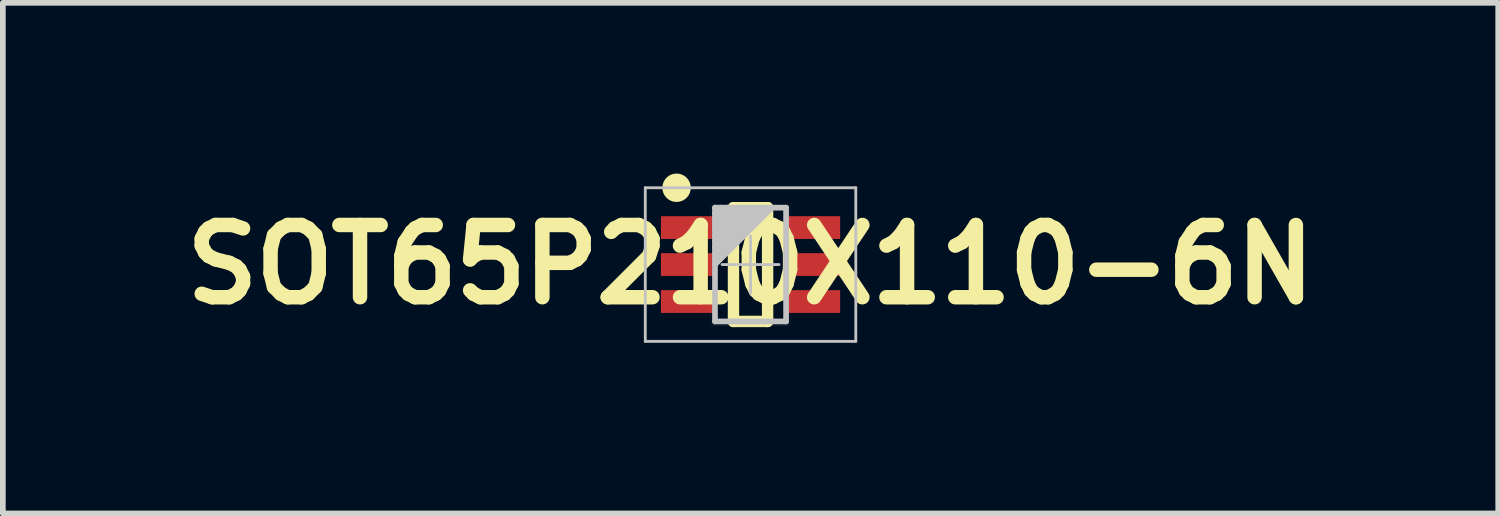
<source format=kicad_pcb>
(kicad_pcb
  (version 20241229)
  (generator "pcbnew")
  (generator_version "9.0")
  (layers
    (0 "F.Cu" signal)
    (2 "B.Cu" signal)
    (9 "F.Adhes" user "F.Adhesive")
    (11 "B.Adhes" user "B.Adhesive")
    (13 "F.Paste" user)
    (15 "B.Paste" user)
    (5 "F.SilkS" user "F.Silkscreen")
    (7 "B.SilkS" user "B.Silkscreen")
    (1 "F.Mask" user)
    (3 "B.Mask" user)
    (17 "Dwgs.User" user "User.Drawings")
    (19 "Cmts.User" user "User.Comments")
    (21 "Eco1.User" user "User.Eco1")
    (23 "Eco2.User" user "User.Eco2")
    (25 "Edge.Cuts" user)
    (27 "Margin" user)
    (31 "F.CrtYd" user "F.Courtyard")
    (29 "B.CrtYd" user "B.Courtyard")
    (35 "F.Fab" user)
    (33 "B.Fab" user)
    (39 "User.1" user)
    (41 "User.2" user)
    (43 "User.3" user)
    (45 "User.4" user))
  (footprint "SOT65P210X110-6N"
    (layer "F.Cu")
    (at 10.142 1.6)
    (property "Reference" "SOT65P210X110-6N" (at 0 0 0) (layer "F.SilkS") (effects (font (size 1.27 1.27) (thickness 0.254))))
    (attr smd)
    (fp_line (start -0.3 -1) (end -0.3 1) (stroke (width 0.2) (type solid)) (layer "F.SilkS"))
    (fp_line (start -0.3 1) (end 0.3 1) (stroke (width 0.2) (type solid)) (layer "F.SilkS"))
    (fp_line (start 0.3 -1) (end -0.3 -1) (stroke (width 0.2) (type solid)) (layer "F.SilkS"))
    (fp_line (start 0.3 1) (end 0.3 -1) (stroke (width 0.2) (type solid)) (layer "F.SilkS"))
    (fp_circle (center -1.3 -1.35) (end -1.3 -1.225) (stroke (width 0.25) (type solid)) (fill no) (layer "F.SilkS"))
    (fp_line (start -1.85 -1.35) (end -1.85 1.35) (stroke (width 0.05) (type solid)) (layer "Dwgs.User"))
    (fp_line (start -1.85 1.35) (end 1.85 1.35) (stroke (width 0.05) (type solid)) (layer "Dwgs.User"))
    (fp_line (start -0.7 -1.075) (end -0.7 1.075) (stroke (width 0.001) (type solid)) (layer "Dwgs.User"))
    (fp_line (start -0.7 1.075) (end 0.7 1.075) (stroke (width 0.001) (type solid)) (layer "Dwgs.User"))
    (fp_line (start -0.625 -1) (end -0.625 1) (stroke (width 0.1) (type solid)) (layer "Dwgs.User"))
    (fp_line (start -0.625 1) (end 0.625 1) (stroke (width 0.1) (type solid)) (layer "Dwgs.User"))
    (fp_line (start -0.525 -1) (end -0.625 -0.9) (stroke (width 0.1) (type solid)) (layer "Dwgs.User"))
    (fp_line (start -0.5 0) (end 0.5 0) (stroke (width 0.05) (type solid)) (layer "Dwgs.User"))
    (fp_line (start -0.425 -1) (end -0.625 -0.8) (stroke (width 0.1) (type solid)) (layer "Dwgs.User"))
    (fp_line (start -0.325 -1) (end -0.625 -0.7) (stroke (width 0.1) (type solid)) (layer "Dwgs.User"))
    (fp_line (start -0.225 -1) (end -0.625 -0.6) (stroke (width 0.1) (type solid)) (layer "Dwgs.User"))
    (fp_line (start -0.125 -1) (end -0.625 -0.5) (stroke (width 0.1) (type solid)) (layer "Dwgs.User"))
    (fp_line (start -0.025 -1) (end -0.625 -0.4) (stroke (width 0.1) (type solid)) (layer "Dwgs.User"))
    (fp_line (start 0 0.5) (end 0 -0.5) (stroke (width 0.05) (type solid)) (layer "Dwgs.User"))
    (fp_line (start 0.075 -1) (end -0.625 -0.3) (stroke (width 0.1) (type solid)) (layer "Dwgs.User"))
    (fp_line (start 0.175 -1) (end -0.625 -0.2) (stroke (width 0.1) (type solid)) (layer "Dwgs.User"))
    (fp_line (start 0.275 -1) (end -0.625 -0.1) (stroke (width 0.1) (type solid)) (layer "Dwgs.User"))
    (fp_line (start 0.375 -1) (end -0.625 0) (stroke (width 0.1) (type solid)) (layer "Dwgs.User"))
    (fp_line (start 0.625 -1) (end -0.625 -1) (stroke (width 0.1) (type solid)) (layer "Dwgs.User"))
    (fp_line (start 0.625 1) (end 0.625 -1) (stroke (width 0.1) (type solid)) (layer "Dwgs.User"))
    (fp_line (start 0.7 -1.075) (end -0.7 -1.075) (stroke (width 0.001) (type solid)) (layer "Dwgs.User"))
    (fp_line (start 0.7 1.075) (end 0.7 -1.075) (stroke (width 0.001) (type solid)) (layer "Dwgs.User"))
    (fp_line (start 1.85 -1.35) (end -1.85 -1.35) (stroke (width 0.05) (type solid)) (layer "Dwgs.User"))
    (fp_line (start 1.85 1.35) (end 1.85 -1.35) (stroke (width 0.05) (type solid)) (layer "Dwgs.User"))
    (pad "1" smd rect (at -1.1 -0.65 90) (size 0.4 0.95) (layers "F.Cu" "F.Paste"))
    (pad "2" smd rect (at -1.1 0 90) (size 0.4 0.95) (layers "F.Cu" "F.Paste"))
    (pad "3" smd rect (at -1.1 0.65 90) (size 0.4 0.95) (layers "F.Cu" "F.Paste"))
    (pad "4" smd rect (at 1.1 0.65 90) (size 0.4 0.95) (layers "F.Cu" "F.Paste"))
    (pad "5" smd rect (at 1.1 0 90) (size 0.4 0.95) (layers "F.Cu" "F.Paste"))
    (pad "6" smd rect (at 1.1 -0.65 90) (size 0.4 0.95) (layers "F.Cu" "F.Paste")))
  (gr_rect
    (start -3 -3)
    (end 23.284 5.975)
    (stroke (width 0.1) (type default))
    (fill no)
    (layer "Edge.Cuts")))
</source>
